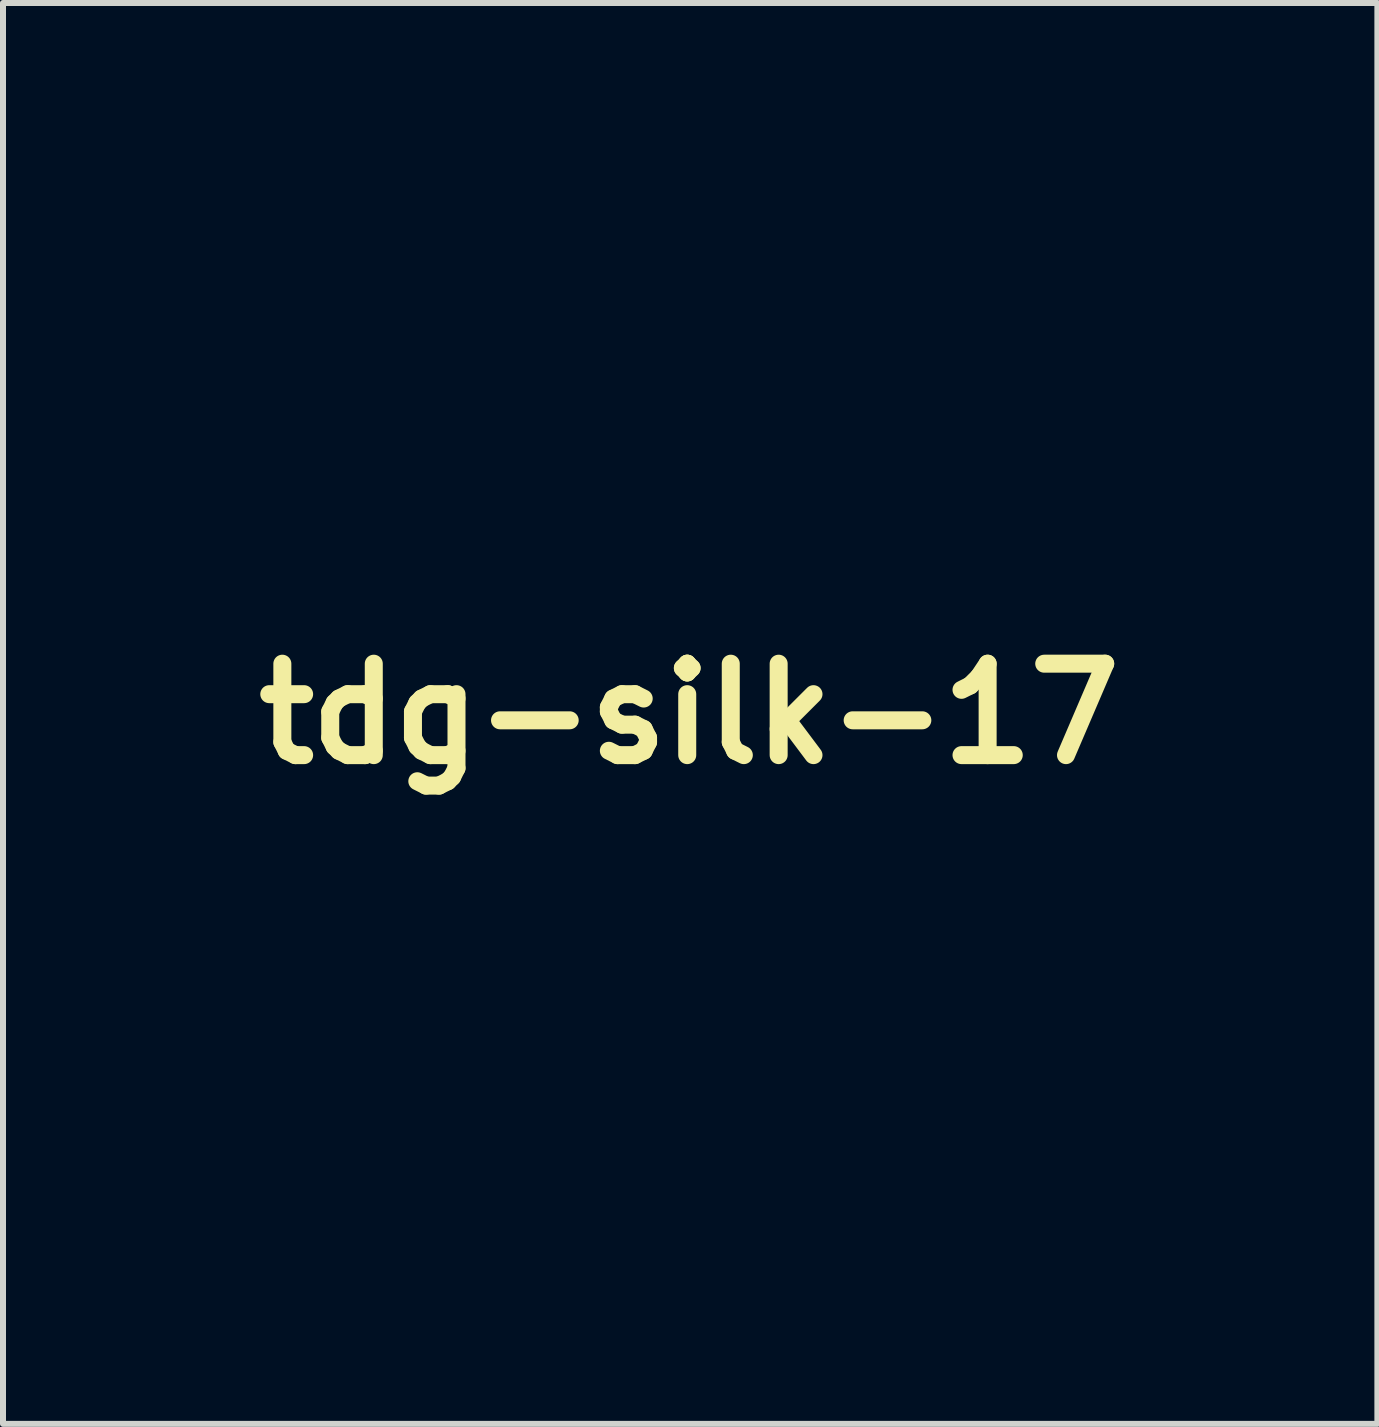
<source format=kicad_pcb>
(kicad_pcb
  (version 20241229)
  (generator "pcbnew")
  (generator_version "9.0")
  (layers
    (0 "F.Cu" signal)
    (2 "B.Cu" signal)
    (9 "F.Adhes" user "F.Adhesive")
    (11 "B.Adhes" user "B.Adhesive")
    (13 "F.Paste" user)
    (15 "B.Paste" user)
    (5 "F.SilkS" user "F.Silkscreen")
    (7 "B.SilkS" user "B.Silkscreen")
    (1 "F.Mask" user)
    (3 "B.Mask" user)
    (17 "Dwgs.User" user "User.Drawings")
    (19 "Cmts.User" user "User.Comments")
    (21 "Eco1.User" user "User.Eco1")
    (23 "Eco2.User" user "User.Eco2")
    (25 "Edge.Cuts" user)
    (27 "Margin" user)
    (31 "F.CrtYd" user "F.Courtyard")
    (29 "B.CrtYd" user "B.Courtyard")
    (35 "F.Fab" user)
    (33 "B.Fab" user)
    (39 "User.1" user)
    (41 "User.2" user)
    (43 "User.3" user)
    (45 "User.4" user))
  (footprint "tdg-silk-17"
    (layer "F.Cu")
    (at 8.442 8.848)
    (property "Reference" "tdg-silk-17" (at 0 0 0) (layer "F.SilkS") (effects (font (size 1.524 1.524) (thickness 0.3))))
    (attr through_hole)
    (fp_poly (pts (xy -5.741 -0.468) (xy -5.62 -0.424) (xy -5.53 -0.335) (xy -5.511 -0.303) (xy -5.488 -0.249) (xy -5.473 -0.181) (xy -5.466 -0.087) (xy -5.465 0.047) (xy -5.466 0.103) (xy -5.474 0.336) (xy -5.489 0.612) (xy -5.512 0.924) (xy -5.541 1.264) (xy -5.576 1.628) (xy -5.616 2.008) (xy -5.659 2.397) (xy -5.706 2.789) (xy -5.755 3.178) (xy -5.806 3.557) (xy -5.857 3.918) (xy -5.909 4.257) (xy -5.959 4.565) (xy -6.008 4.837) (xy -6.054 5.065) (xy -6.097 5.244) (xy -6.176 5.478) (xy -6.274 5.669) (xy -6.389 5.813) (xy -6.517 5.908) (xy -6.556 5.925) (xy -6.684 5.951) (xy -6.831 5.948) (xy -6.971 5.919) (xy -7.013 5.902) (xy -7.122 5.832) (xy -7.244 5.721) (xy -7.367 5.582) (xy -7.481 5.423) (xy -7.527 5.348) (xy -7.662 5.103) (xy -7.803 4.829) (xy -7.943 4.538) (xy -8.076 4.244) (xy -8.196 3.959) (xy -8.298 3.698) (xy -8.368 3.495) (xy -8.411 3.34) (xy -8.421 3.288) (xy -7.506 3.288) (xy -7.498 3.453) (xy -7.467 3.57) (xy -7.423 3.657) (xy -7.361 3.762) (xy -7.287 3.873) (xy -7.21 3.981) (xy -7.137 4.074) (xy -7.075 4.142) (xy -7.033 4.175) (xy -7.026 4.177) (xy -6.995 4.158) (xy -6.964 4.128) (xy -6.925 4.071) (xy -6.895 3.996) (xy -6.874 3.893) (xy -6.859 3.758) (xy -6.851 3.582) (xy -6.848 3.36) (xy -6.848 3.274) (xy -6.851 3.039) (xy -6.857 2.847) (xy -6.869 2.682) (xy -6.886 2.529) (xy -6.909 2.388) (xy -6.934 2.255) (xy -6.958 2.143) (xy -6.98 2.062) (xy -6.995 2.025) (xy -7.018 2.023) (xy -7.05 2.06) (xy -7.093 2.137) (xy -7.149 2.259) (xy -7.221 2.43) (xy -7.25 2.503) (xy -7.306 2.642) (xy -7.363 2.782) (xy -7.413 2.903) (xy -7.433 2.949) (xy -7.484 3.114) (xy -7.506 3.288) (xy -8.421 3.288) (xy -8.435 3.204) (xy -8.437 3.077) (xy -8.415 2.948) (xy -8.367 2.807) (xy -8.291 2.644) (xy -8.185 2.449) (xy -8.147 2.382) (xy -7.933 1.959) (xy -7.757 1.506) (xy -7.626 1.038) (xy -7.542 0.569) (xy -7.536 0.511) (xy -7.51 0.318) (xy -7.478 0.173) (xy -7.437 0.067) (xy -7.384 -0.008) (xy -7.324 -0.056) (xy -7.265 -0.083) (xy -7.161 -0.121) (xy -7.022 -0.167) (xy -6.859 -0.218) (xy -6.681 -0.271) (xy -6.499 -0.323) (xy -6.322 -0.371) (xy -6.16 -0.413) (xy -6.024 -0.446) (xy -5.924 -0.466) (xy -5.897 -0.469) (xy -5.741 -0.468)) (stroke (width 0.01) (type solid)) (fill yes) (layer "F.Mask"))
    (fp_poly (pts (xy -3.759 -8.066) (xy -3.696 -8.058) (xy -3.664 -8.037) (xy -3.651 -7.987) (xy -3.646 -7.923) (xy -3.649 -7.851) (xy -3.664 -7.746) (xy -3.694 -7.603) (xy -3.739 -7.416) (xy -3.801 -7.181) (xy -3.806 -7.161) (xy -3.863 -6.944) (xy -3.924 -6.71) (xy -3.984 -6.477) (xy -4.038 -6.262) (xy -4.082 -6.083) (xy -4.086 -6.068) (xy -4.138 -5.854) (xy -4.182 -5.689) (xy -4.22 -5.566) (xy -4.254 -5.478) (xy -4.288 -5.418) (xy -4.325 -5.379) (xy -4.362 -5.356) (xy -4.418 -5.339) (xy -4.472 -5.347) (xy -4.545 -5.385) (xy -4.663 -5.436) (xy -4.758 -5.439) (xy -4.837 -5.394) (xy -4.847 -5.383) (xy -4.882 -5.341) (xy -4.912 -5.292) (xy -4.938 -5.227) (xy -4.963 -5.139) (xy -4.989 -5.019) (xy -5.019 -4.858) (xy -5.051 -4.674) (xy -5.132 -4.172) (xy -5.196 -3.717) (xy -5.244 -3.301) (xy -5.275 -2.918) (xy -5.29 -2.561) (xy -5.291 -2.223) (xy -5.277 -1.897) (xy -5.276 -1.883) (xy -5.263 -1.664) (xy -5.26 -1.493) (xy -5.266 -1.36) (xy -5.285 -1.259) (xy -5.317 -1.18) (xy -5.363 -1.115) (xy -5.419 -1.062) (xy -5.465 -1.035) (xy -5.556 -0.992) (xy -5.683 -0.934) (xy -5.841 -0.866) (xy -6.022 -0.791) (xy -6.217 -0.71) (xy -6.42 -0.628) (xy -6.623 -0.547) (xy -6.819 -0.47) (xy -7.001 -0.401) (xy -7.16 -0.341) (xy -7.29 -0.295) (xy -7.382 -0.265) (xy -7.431 -0.254) (xy -7.431 -0.254) (xy -7.509 -0.274) (xy -7.564 -0.31) (xy -7.601 -0.359) (xy -7.615 -0.413) (xy -7.604 -0.484) (xy -7.566 -0.583) (xy -7.508 -0.704) (xy -7.35 -1.037) (xy -7.191 -1.411) (xy -7.035 -1.811) (xy -6.889 -2.223) (xy -6.756 -2.631) (xy -6.643 -3.021) (xy -6.593 -3.217) (xy -6.553 -3.387) (xy -6.513 -3.57) (xy -6.475 -3.756) (xy -6.44 -3.937) (xy -6.41 -4.105) (xy -6.386 -4.25) (xy -6.37 -4.364) (xy -6.364 -4.438) (xy -6.366 -4.463) (xy -6.399 -4.485) (xy -6.455 -4.474) (xy -6.541 -4.428) (xy -6.6 -4.389) (xy -6.732 -4.314) (xy -6.843 -4.289) (xy -6.937 -4.313) (xy -7.011 -4.377) (xy -7.053 -4.44) (xy -7.076 -4.513) (xy -7.08 -4.605) (xy -7.065 -4.724) (xy -7.031 -4.881) (xy -6.985 -5.053) (xy -6.921 -5.274) (xy -6.865 -5.454) (xy -6.811 -5.607) (xy -6.755 -5.746) (xy -6.69 -5.887) (xy -6.628 -6.012) (xy -6.52 -6.207) (xy -6.396 -6.389) (xy -6.251 -6.562) (xy -6.081 -6.731) (xy -5.88 -6.901) (xy -5.644 -7.075) (xy -5.368 -7.258) (xy -5.046 -7.455) (xy -4.878 -7.553) (xy -4.608 -7.705) (xy -4.368 -7.832) (xy -4.161 -7.933) (xy -3.989 -8.007) (xy -3.857 -8.052) (xy -3.767 -8.067) (xy -3.759 -8.066)) (stroke (width 0.01) (type solid)) (fill yes) (layer "F.Mask"))
    (fp_poly (pts (xy -1.552 -8.832) (xy -1.367 -8.813) (xy -1.213 -8.778) (xy -1.149 -8.753) (xy -0.97 -8.635) (xy -0.812 -8.47) (xy -0.681 -8.265) (xy -0.58 -8.026) (xy -0.525 -7.818) (xy -0.493 -7.616) (xy -0.471 -7.381) (xy -0.461 -7.11) (xy -0.46 -6.8) (xy -0.471 -6.447) (xy -0.492 -6.049) (xy -0.525 -5.603) (xy -0.568 -5.106) (xy -0.581 -4.967) (xy -0.609 -4.638) (xy -0.633 -4.298) (xy -0.652 -3.958) (xy -0.665 -3.625) (xy -0.672 -3.308) (xy -0.674 -3.017) (xy -0.67 -2.759) (xy -0.659 -2.544) (xy -0.652 -2.456) (xy -0.632 -2.287) (xy -0.606 -2.092) (xy -0.577 -1.9) (xy -0.56 -1.795) (xy -0.526 -1.553) (xy -0.515 -1.353) (xy -0.528 -1.184) (xy -0.565 -1.037) (xy -0.59 -0.972) (xy -0.668 -0.826) (xy -0.761 -0.719) (xy -0.876 -0.645) (xy -1.025 -0.599) (xy -1.214 -0.577) (xy -1.298 -0.573) (xy -1.374 -0.572) (xy -1.446 -0.573) (xy -1.522 -0.577) (xy -1.606 -0.586) (xy -1.707 -0.599) (xy -1.829 -0.619) (xy -1.978 -0.645) (xy -2.162 -0.68) (xy -2.386 -0.723) (xy -2.657 -0.777) (xy -2.792 -0.803) (xy -3.126 -0.871) (xy -3.408 -0.929) (xy -3.639 -0.979) (xy -3.823 -1.021) (xy -3.962 -1.056) (xy -4.06 -1.085) (xy -4.118 -1.108) (xy -4.118 -1.108) (xy -4.213 -1.167) (xy -4.289 -1.237) (xy -4.346 -1.327) (xy -4.386 -1.442) (xy -4.412 -1.589) (xy -4.424 -1.773) (xy -4.426 -2.003) (xy -4.421 -2.201) (xy -4.414 -2.359) (xy -2.945 -2.359) (xy -2.919 -2.156) (xy -2.866 -2.007) (xy -2.784 -1.898) (xy -2.679 -1.829) (xy -2.563 -1.807) (xy -2.446 -1.833) (xy -2.408 -1.854) (xy -2.366 -1.885) (xy -2.333 -1.922) (xy -2.307 -1.97) (xy -2.288 -2.036) (xy -2.275 -2.127) (xy -2.266 -2.249) (xy -2.261 -2.408) (xy -2.259 -2.611) (xy -2.259 -2.857) (xy -2.261 -3.233) (xy -2.269 -3.553) (xy -2.282 -3.82) (xy -2.301 -4.033) (xy -2.324 -4.194) (xy -2.353 -4.303) (xy -2.388 -4.363) (xy -2.416 -4.374) (xy -2.45 -4.348) (xy -2.496 -4.276) (xy -2.549 -4.165) (xy -2.608 -4.024) (xy -2.668 -3.861) (xy -2.727 -3.684) (xy -2.781 -3.502) (xy -2.828 -3.321) (xy -2.848 -3.236) (xy -2.91 -2.9) (xy -2.942 -2.607) (xy -2.945 -2.359) (xy -4.414 -2.359) (xy -4.405 -2.542) (xy -4.378 -2.893) (xy -4.34 -3.259) (xy -4.29 -3.646) (xy -4.227 -4.058) (xy -4.151 -4.5) (xy -4.06 -4.976) (xy -3.954 -5.493) (xy -3.832 -6.054) (xy -3.71 -6.592) (xy -3.635 -6.914) (xy -3.568 -7.187) (xy -3.507 -7.415) (xy -3.449 -7.607) (xy -3.393 -7.766) (xy -3.336 -7.9) (xy -3.276 -8.014) (xy -3.21 -8.114) (xy -3.136 -8.206) (xy -3.053 -8.295) (xy -3.049 -8.3) (xy -2.835 -8.478) (xy -2.578 -8.627) (xy -2.285 -8.742) (xy -2.148 -8.78) (xy -1.958 -8.816) (xy -1.755 -8.833) (xy -1.552 -8.832)) (stroke (width 0.01) (type solid)) (fill yes) (layer "F.Mask"))
    (fp_poly (pts (xy 3.453 0.773) (xy 3.743 0.825) (xy 3.989 0.911) (xy 4.191 1.031) (xy 4.351 1.185) (xy 4.455 1.346) (xy 4.496 1.439) (xy 4.526 1.539) (xy 4.548 1.655) (xy 4.56 1.795) (xy 4.565 1.968) (xy 4.563 2.183) (xy 4.558 2.367) (xy 4.552 2.599) (xy 4.552 2.798) (xy 4.561 2.976) (xy 4.58 3.14) (xy 4.612 3.3) (xy 4.659 3.464) (xy 4.723 3.643) (xy 4.807 3.845) (xy 4.912 4.079) (xy 5.038 4.346) (xy 5.181 4.657) (xy 5.296 4.926) (xy 5.385 5.163) (xy 5.451 5.374) (xy 5.496 5.568) (xy 5.521 5.75) (xy 5.528 5.929) (xy 5.525 6.052) (xy 5.49 6.322) (xy 5.415 6.563) (xy 5.295 6.787) (xy 5.125 7.001) (xy 5.034 7.095) (xy 4.962 7.162) (xy 4.882 7.229) (xy 4.789 7.3) (xy 4.677 7.379) (xy 4.541 7.468) (xy 4.376 7.571) (xy 4.177 7.692) (xy 3.938 7.834) (xy 3.702 7.973) (xy 3.487 8.098) (xy 3.314 8.196) (xy 3.178 8.271) (xy 3.072 8.326) (xy 2.99 8.364) (xy 2.927 8.387) (xy 2.877 8.398) (xy 2.855 8.401) (xy 2.738 8.397) (xy 2.651 8.37) (xy 2.575 8.298) (xy 2.517 8.183) (xy 2.483 8.037) (xy 2.476 7.959) (xy 2.476 7.877) (xy 2.481 7.752) (xy 2.49 7.599) (xy 2.502 7.432) (xy 2.509 7.338) (xy 2.526 7.101) (xy 2.537 6.859) (xy 2.541 6.607) (xy 2.538 6.339) (xy 2.529 6.051) (xy 2.512 5.736) (xy 2.488 5.391) (xy 2.484 5.34) (xy 3.319 5.34) (xy 3.321 5.526) (xy 3.351 5.671) (xy 3.409 5.78) (xy 3.497 5.857) (xy 3.505 5.862) (xy 3.603 5.891) (xy 3.723 5.887) (xy 3.845 5.853) (xy 3.936 5.802) (xy 4.053 5.678) (xy 4.138 5.516) (xy 4.187 5.323) (xy 4.199 5.108) (xy 4.172 4.88) (xy 4.166 4.851) (xy 4.105 4.634) (xy 4.02 4.405) (xy 3.92 4.189) (xy 3.829 4.028) (xy 3.75 3.923) (xy 3.678 3.87) (xy 3.607 3.87) (xy 3.53 3.92) (xy 3.501 3.95) (xy 3.456 4.007) (xy 3.425 4.076) (xy 3.404 4.166) (xy 3.392 4.288) (xy 3.387 4.452) (xy 3.386 4.53) (xy 3.381 4.69) (xy 3.369 4.875) (xy 3.35 5.051) (xy 3.343 5.108) (xy 3.319 5.34) (xy 2.484 5.34) (xy 2.456 5.009) (xy 2.416 4.585) (xy 2.368 4.115) (xy 2.327 3.739) (xy 2.3 3.492) (xy 2.275 3.237) (xy 2.251 2.988) (xy 2.231 2.756) (xy 2.215 2.553) (xy 2.204 2.392) (xy 2.202 2.366) (xy 2.19 2.167) (xy 2.176 2.012) (xy 2.159 1.887) (xy 2.136 1.778) (xy 2.106 1.672) (xy 2.104 1.666) (xy 2.051 1.448) (xy 2.038 1.259) (xy 2.064 1.102) (xy 2.128 0.98) (xy 2.231 0.897) (xy 2.241 0.892) (xy 2.437 0.823) (xy 2.683 0.777) (xy 2.975 0.756) (xy 3.119 0.754) (xy 3.453 0.773)) (stroke (width 0.01) (type solid)) (fill yes) (layer "F.Mask"))
    (fp_poly (pts (xy -0.34 -0.177) (xy -0.118 -0.143) (xy -0.042 -0.128) (xy 0.175 -0.063) (xy 0.405 0.038) (xy 0.638 0.167) (xy 0.865 0.318) (xy 1.075 0.483) (xy 1.258 0.656) (xy 1.406 0.829) (xy 1.502 0.982) (xy 1.556 1.119) (xy 1.584 1.265) (xy 1.587 1.432) (xy 1.565 1.627) (xy 1.518 1.863) (xy 1.515 1.877) (xy 1.459 2.138) (xy 1.42 2.371) (xy 1.396 2.595) (xy 1.387 2.831) (xy 1.389 3.098) (xy 1.391 3.175) (xy 1.401 3.393) (xy 1.417 3.602) (xy 1.44 3.811) (xy 1.471 4.025) (xy 1.511 4.252) (xy 1.563 4.499) (xy 1.628 4.774) (xy 1.706 5.083) (xy 1.799 5.433) (xy 1.876 5.715) (xy 1.975 6.074) (xy 2.058 6.383) (xy 2.126 6.648) (xy 2.18 6.874) (xy 2.223 7.066) (xy 2.254 7.228) (xy 2.276 7.364) (xy 2.283 7.418) (xy 2.296 7.706) (xy 2.267 7.957) (xy 2.195 8.172) (xy 2.08 8.35) (xy 1.922 8.495) (xy 1.719 8.605) (xy 1.483 8.679) (xy 1.405 8.692) (xy 1.28 8.708) (xy 1.117 8.725) (xy 0.926 8.743) (xy 0.717 8.762) (xy 0.498 8.779) (xy 0.279 8.795) (xy 0.069 8.809) (xy -0.121 8.821) (xy -0.284 8.828) (xy -0.409 8.831) (xy -0.437 8.831) (xy -0.561 8.824) (xy -0.683 8.808) (xy -0.763 8.79) (xy -0.888 8.739) (xy -0.999 8.663) (xy -1.099 8.559) (xy -1.188 8.422) (xy -1.268 8.25) (xy -1.342 8.038) (xy -1.412 7.782) (xy -1.478 7.477) (xy -1.543 7.121) (xy -1.552 7.07) (xy -1.612 6.695) (xy -1.658 6.359) (xy -1.673 6.217) (xy -0.363 6.217) (xy -0.354 6.359) (xy -0.324 6.465) (xy -0.273 6.54) (xy -0.218 6.58) (xy -0.148 6.607) (xy -0.042 6.636) (xy 0.079 6.661) (xy 0.196 6.68) (xy 0.272 6.686) (xy 0.353 6.671) (xy 0.432 6.615) (xy 0.448 6.598) (xy 0.542 6.481) (xy 0.61 6.344) (xy 0.653 6.181) (xy 0.672 5.984) (xy 0.669 5.747) (xy 0.65 5.515) (xy 0.629 5.332) (xy 0.604 5.144) (xy 0.576 4.963) (xy 0.547 4.797) (xy 0.518 4.658) (xy 0.493 4.555) (xy 0.474 4.505) (xy 0.441 4.459) (xy 0.379 4.385) (xy 0.298 4.297) (xy 0.252 4.247) (xy 0.145 4.128) (xy 0.058 4.01) (xy 0.001 3.912) (xy -0.000237 3.909) (xy -0.061 3.768) (xy -0.115 3.834) (xy -0.155 3.912) (xy -0.17 3.99) (xy -0.172 4.07) (xy -0.18 4.197) (xy -0.191 4.36) (xy -0.206 4.549) (xy -0.223 4.756) (xy -0.241 4.969) (xy -0.259 5.179) (xy -0.278 5.377) (xy -0.295 5.552) (xy -0.311 5.694) (xy -0.323 5.794) (xy -0.324 5.8) (xy -0.353 6.032) (xy -0.363 6.217) (xy -1.673 6.217) (xy -1.693 6.043) (xy -1.718 5.732) (xy -1.734 5.409) (xy -1.741 5.221) (xy -1.745 5.022) (xy -1.746 4.846) (xy -1.742 4.683) (xy -1.731 4.525) (xy -1.714 4.364) (xy -1.688 4.189) (xy -1.654 3.994) (xy -1.608 3.769) (xy -1.552 3.504) (xy -1.495 3.246) (xy -1.422 2.913) (xy -1.365 2.628) (xy -1.323 2.386) (xy -1.295 2.18) (xy -1.281 2.005) (xy -1.281 1.854) (xy -1.294 1.721) (xy -1.321 1.601) (xy -1.36 1.488) (xy -1.382 1.435) (xy -1.425 1.301) (xy -1.436 1.146) (xy -1.417 0.966) (xy -1.365 0.756) (xy -1.28 0.51) (xy -1.182 0.271) (xy -1.112 0.12) (xy -1.051 0.011) (xy -0.989 -0.064) (xy -0.918 -0.117) (xy -0.829 -0.158) (xy -0.828 -0.159) (xy -0.705 -0.186) (xy -0.539 -0.192) (xy -0.34 -0.177)) (stroke (width 0.01) (type solid)) (fill yes) (layer "F.Mask"))
    (fp_poly (pts (xy 3.901 -7.726) (xy 4.1 -7.653) (xy 4.167 -7.623) (xy 4.659 -7.357) (xy 5.139 -7.041) (xy 5.598 -6.679) (xy 5.998 -6.309) (xy 6.237 -6.061) (xy 6.432 -5.841) (xy 6.584 -5.643) (xy 6.698 -5.465) (xy 6.775 -5.302) (xy 6.818 -5.15) (xy 6.83 -5.021) (xy 6.821 -4.895) (xy 6.788 -4.809) (xy 6.726 -4.749) (xy 6.689 -4.728) (xy 6.607 -4.696) (xy 6.518 -4.689) (xy 6.412 -4.709) (xy 6.279 -4.756) (xy 6.145 -4.816) (xy 6.017 -4.874) (xy 5.925 -4.911) (xy 5.854 -4.93) (xy 5.79 -4.935) (xy 5.718 -4.931) (xy 5.712 -4.93) (xy 5.542 -4.893) (xy 5.398 -4.824) (xy 5.289 -4.729) (xy 5.22 -4.613) (xy 5.2 -4.485) (xy 5.201 -4.464) (xy 5.229 -4.345) (xy 5.283 -4.211) (xy 5.356 -4.075) (xy 5.441 -3.946) (xy 5.531 -3.834) (xy 5.62 -3.75) (xy 5.699 -3.703) (xy 5.732 -3.697) (xy 5.797 -3.709) (xy 5.873 -3.748) (xy 5.97 -3.82) (xy 6.047 -3.886) (xy 6.154 -3.96) (xy 6.255 -3.983) (xy 6.355 -3.952) (xy 6.463 -3.868) (xy 6.473 -3.858) (xy 6.577 -3.732) (xy 6.671 -3.576) (xy 6.752 -3.403) (xy 6.815 -3.223) (xy 6.857 -3.049) (xy 6.873 -2.893) (xy 6.86 -2.765) (xy 6.849 -2.732) (xy 6.81 -2.664) (xy 6.753 -2.623) (xy 6.672 -2.608) (xy 6.556 -2.618) (xy 6.397 -2.65) (xy 6.393 -2.651) (xy 6.237 -2.686) (xy 6.126 -2.704) (xy 6.046 -2.705) (xy 5.988 -2.687) (xy 5.941 -2.652) (xy 5.917 -2.625) (xy 5.872 -2.548) (xy 5.829 -2.434) (xy 5.791 -2.3) (xy 5.766 -2.166) (xy 5.757 -2.06) (xy 5.782 -1.924) (xy 5.855 -1.815) (xy 5.974 -1.735) (xy 6.135 -1.685) (xy 6.252 -1.671) (xy 6.498 -1.683) (xy 6.733 -1.745) (xy 6.951 -1.853) (xy 7.146 -2.002) (xy 7.31 -2.187) (xy 7.438 -2.402) (xy 7.523 -2.642) (xy 7.535 -2.695) (xy 7.578 -2.852) (xy 7.635 -2.956) (xy 7.708 -3.007) (xy 7.798 -3.008) (xy 7.87 -2.979) (xy 7.918 -2.95) (xy 7.957 -2.912) (xy 7.992 -2.856) (xy 8.025 -2.777) (xy 8.06 -2.665) (xy 8.099 -2.514) (xy 8.146 -2.316) (xy 8.154 -2.282) (xy 8.214 -2.01) (xy 8.259 -1.777) (xy 8.291 -1.571) (xy 8.312 -1.377) (xy 8.322 -1.182) (xy 8.326 -0.98) (xy 8.323 -0.816) (xy 8.313 -0.684) (xy 8.289 -0.579) (xy 8.246 -0.494) (xy 8.176 -0.422) (xy 8.075 -0.357) (xy 7.937 -0.293) (xy 7.755 -0.223) (xy 7.578 -0.16) (xy 7.443 -0.113) (xy 7.268 -0.055) (xy 7.066 0.012) (xy 6.848 0.082) (xy 6.63 0.152) (xy 6.519 0.187) (xy 6.255 0.268) (xy 6.036 0.33) (xy 5.858 0.375) (xy 5.712 0.404) (xy 5.593 0.417) (xy 5.495 0.416) (xy 5.409 0.402) (xy 5.352 0.384) (xy 5.183 0.292) (xy 5.044 0.153) (xy 4.936 -0.026) (xy 4.864 -0.243) (xy 4.858 -0.275) (xy 4.846 -0.364) (xy 4.836 -0.493) (xy 4.829 -0.645) (xy 4.826 -0.803) (xy 4.826 -0.816) (xy 4.81 -1.369) (xy 4.764 -1.935) (xy 4.691 -2.503) (xy 4.591 -3.062) (xy 4.467 -3.601) (xy 4.321 -4.109) (xy 4.155 -4.575) (xy 4.139 -4.614) (xy 4.045 -4.857) (xy 3.972 -5.069) (xy 3.915 -5.271) (xy 3.868 -5.48) (xy 3.84 -5.63) (xy 3.755 -6.074) (xy 3.66 -6.487) (xy 3.557 -6.86) (xy 3.527 -6.957) (xy 3.47 -7.141) (xy 3.431 -7.28) (xy 3.407 -7.386) (xy 3.398 -7.465) (xy 3.403 -7.529) (xy 3.419 -7.586) (xy 3.425 -7.6) (xy 3.491 -7.694) (xy 3.594 -7.747) (xy 3.731 -7.757) (xy 3.901 -7.726)) (stroke (width 0.01) (type solid)) (fill yes) (layer "F.Mask"))
    (fp_poly (pts (xy 8.358 -0.101) (xy 8.412 -0.056) (xy 8.446 0.03) (xy 8.462 0.161) (xy 8.462 0.339) (xy 8.447 0.569) (xy 8.438 0.663) (xy 8.403 0.957) (xy 8.355 1.223) (xy 8.289 1.476) (xy 8.202 1.733) (xy 8.088 2.008) (xy 7.984 2.233) (xy 7.892 2.431) (xy 7.825 2.589) (xy 7.784 2.717) (xy 7.766 2.826) (xy 7.77 2.927) (xy 7.795 3.028) (xy 7.839 3.14) (xy 7.863 3.193) (xy 7.919 3.318) (xy 7.952 3.415) (xy 7.968 3.505) (xy 7.973 3.608) (xy 7.973 3.615) (xy 7.969 3.694) (xy 7.957 3.771) (xy 7.934 3.853) (xy 7.896 3.944) (xy 7.841 4.049) (xy 7.765 4.175) (xy 7.666 4.326) (xy 7.541 4.507) (xy 7.387 4.725) (xy 7.259 4.902) (xy 7.119 5.097) (xy 6.979 5.293) (xy 6.845 5.483) (xy 6.724 5.657) (xy 6.623 5.805) (xy 6.547 5.918) (xy 6.537 5.932) (xy 6.425 6.1) (xy 6.334 6.225) (xy 6.257 6.314) (xy 6.189 6.372) (xy 6.123 6.406) (xy 6.052 6.422) (xy 6.035 6.423) (xy 5.943 6.424) (xy 5.866 6.413) (xy 5.851 6.408) (xy 5.797 6.376) (xy 5.758 6.329) (xy 5.73 6.257) (xy 5.71 6.152) (xy 5.697 6.004) (xy 5.691 5.884) (xy 5.681 5.711) (xy 5.667 5.568) (xy 5.644 5.441) (xy 5.609 5.314) (xy 5.558 5.175) (xy 5.487 5.007) (xy 5.438 4.897) (xy 5.332 4.651) (xy 5.254 4.453) (xy 5.203 4.301) (xy 5.181 4.197) (xy 5.188 4.141) (xy 5.19 4.139) (xy 5.212 4.127) (xy 5.256 4.129) (xy 5.329 4.146) (xy 5.439 4.178) (xy 5.592 4.229) (xy 5.621 4.239) (xy 5.808 4.304) (xy 5.946 4.358) (xy 6.041 4.405) (xy 6.096 4.45) (xy 6.118 4.497) (xy 6.112 4.552) (xy 6.081 4.62) (xy 6.063 4.654) (xy 6.001 4.761) (xy 6.07 4.898) (xy 6.132 5.005) (xy 6.186 5.062) (xy 6.24 5.07) (xy 6.295 5.036) (xy 6.388 4.92) (xy 6.443 4.784) (xy 6.458 4.641) (xy 6.428 4.508) (xy 6.407 4.466) (xy 6.351 4.393) (xy 6.274 4.331) (xy 6.168 4.274) (xy 6.022 4.218) (xy 5.898 4.177) (xy 5.661 4.09) (xy 5.47 3.988) (xy 5.318 3.864) (xy 5.196 3.712) (xy 5.126 3.59) (xy 5.078 3.491) (xy 5.037 3.393) (xy 5 3.289) (xy 4.968 3.173) (xy 4.937 3.037) (xy 4.908 2.876) (xy 4.878 2.684) (xy 4.846 2.452) (xy 4.811 2.176) (xy 4.783 1.948) (xy 4.75 1.665) (xy 4.726 1.433) (xy 4.709 1.243) (xy 4.7 1.091) (xy 4.699 0.971) (xy 4.706 0.875) (xy 4.72 0.799) (xy 4.742 0.735) (xy 4.757 0.702) (xy 4.8 0.642) (xy 4.841 0.61) (xy 4.923 0.596) (xy 5.048 0.598) (xy 5.205 0.614) (xy 5.32 0.632) (xy 5.445 0.651) (xy 5.543 0.652) (xy 5.641 0.637) (xy 5.673 0.63) (xy 5.879 0.581) (xy 6.038 0.548) (xy 6.156 0.532) (xy 6.242 0.532) (xy 6.301 0.55) (xy 6.341 0.585) (xy 6.369 0.637) (xy 6.378 0.662) (xy 6.392 0.722) (xy 6.395 0.795) (xy 6.387 0.889) (xy 6.366 1.012) (xy 6.33 1.176) (xy 6.302 1.298) (xy 6.27 1.438) (xy 6.251 1.556) (xy 6.241 1.67) (xy 6.239 1.803) (xy 6.243 1.947) (xy 6.255 2.146) (xy 6.275 2.299) (xy 6.307 2.418) (xy 6.353 2.513) (xy 6.415 2.592) (xy 6.515 2.671) (xy 6.621 2.696) (xy 6.706 2.68) (xy 6.782 2.644) (xy 6.848 2.585) (xy 6.909 2.495) (xy 6.97 2.368) (xy 7.035 2.196) (xy 7.06 2.123) (xy 7.11 1.966) (xy 7.144 1.845) (xy 7.165 1.744) (xy 7.176 1.645) (xy 7.18 1.532) (xy 7.181 1.496) (xy 7.173 1.302) (xy 7.141 1.146) (xy 7.08 1.013) (xy 6.982 0.885) (xy 6.885 0.788) (xy 6.781 0.679) (xy 6.726 0.588) (xy 6.721 0.51) (xy 6.768 0.444) (xy 6.867 0.385) (xy 7.021 0.331) (xy 7.091 0.312) (xy 7.408 0.224) (xy 7.671 0.142) (xy 7.882 0.065) (xy 8.041 -0.008) (xy 8.058 -0.017) (xy 8.182 -0.078) (xy 8.282 -0.107) (xy 8.358 -0.101)) (stroke (width 0.01) (type solid)) (fill yes) (layer "F.Mask"))
    (fp_poly (pts (xy -4.266 -0.846) (xy -4.17 -0.828) (xy -4.035 -0.798) (xy -3.877 -0.762) (xy -3.711 -0.721) (xy -3.655 -0.706) (xy -3.461 -0.657) (xy -3.299 -0.617) (xy -3.155 -0.586) (xy -3.014 -0.559) (xy -2.862 -0.535) (xy -2.684 -0.511) (xy -2.467 -0.484) (xy -2.427 -0.479) (xy -2.263 -0.458) (xy -2.112 -0.436) (xy -1.985 -0.416) (xy -1.895 -0.399) (xy -1.863 -0.391) (xy -1.709 -0.316) (xy -1.587 -0.203) (xy -1.505 -0.062) (xy -1.47 0.098) (xy -1.47 0.127) (xy -1.478 0.2) (xy -1.5 0.311) (xy -1.533 0.442) (xy -1.564 0.55) (xy -1.646 0.825) (xy -1.713 1.054) (xy -1.769 1.245) (xy -1.814 1.407) (xy -1.851 1.547) (xy -1.883 1.675) (xy -1.911 1.798) (xy -1.937 1.923) (xy -1.948 1.976) (xy -1.99 2.191) (xy -2.025 2.394) (xy -2.053 2.591) (xy -2.076 2.791) (xy -2.094 3) (xy -2.108 3.227) (xy -2.118 3.48) (xy -2.124 3.765) (xy -2.127 4.092) (xy -2.128 4.467) (xy -2.128 4.473) (xy -2.127 4.868) (xy -2.124 5.214) (xy -2.118 5.521) (xy -2.109 5.796) (xy -2.098 6.048) (xy -2.083 6.285) (xy -2.079 6.35) (xy -2.058 6.63) (xy -2.04 6.86) (xy -2.025 7.047) (xy -2.01 7.199) (xy -1.995 7.321) (xy -1.978 7.422) (xy -1.959 7.507) (xy -1.936 7.583) (xy -1.909 7.658) (xy -1.875 7.738) (xy -1.835 7.829) (xy -1.831 7.837) (xy -1.741 8.059) (xy -1.686 8.24) (xy -1.667 8.384) (xy -1.684 8.496) (xy -1.738 8.58) (xy -1.828 8.638) (xy -1.885 8.659) (xy -2.031 8.686) (xy -2.206 8.685) (xy -2.418 8.656) (xy -2.512 8.637) (xy -2.68 8.597) (xy -2.869 8.546) (xy -3.064 8.489) (xy -3.251 8.429) (xy -3.417 8.372) (xy -3.546 8.321) (xy -3.578 8.306) (xy -3.767 8.195) (xy -3.907 8.062) (xy -3.998 7.917) (xy -4.04 7.803) (xy -4.059 7.683) (xy -4.057 7.544) (xy -4.031 7.374) (xy -3.993 7.202) (xy -3.943 6.949) (xy -3.925 6.742) (xy -3.94 6.58) (xy -3.961 6.51) (xy -4.027 6.407) (xy -4.124 6.317) (xy -4.232 6.259) (xy -4.259 6.252) (xy -4.356 6.254) (xy -4.455 6.293) (xy -4.53 6.356) (xy -4.543 6.377) (xy -4.57 6.476) (xy -4.568 6.612) (xy -4.539 6.774) (xy -4.487 6.943) (xy -4.423 7.159) (xy -4.403 7.339) (xy -4.426 7.485) (xy -4.493 7.594) (xy -4.589 7.662) (xy -4.71 7.696) (xy -4.852 7.691) (xy -5.022 7.646) (xy -5.218 7.563) (xy -5.407 7.464) (xy -5.581 7.356) (xy -5.751 7.228) (xy -5.929 7.072) (xy -6.128 6.879) (xy -6.131 6.875) (xy -6.282 6.719) (xy -6.392 6.593) (xy -6.465 6.49) (xy -6.502 6.403) (xy -6.505 6.325) (xy -6.478 6.247) (xy -6.423 6.164) (xy -6.377 6.109) (xy -6.317 6.036) (xy -6.264 5.962) (xy -6.214 5.879) (xy -6.166 5.785) (xy -6.118 5.673) (xy -6.069 5.538) (xy -6.018 5.377) (xy -5.961 5.183) (xy -5.907 4.983) (xy -4.285 4.983) (xy -4.276 5.424) (xy -4.196 5.492) (xy -4.106 5.548) (xy -4.026 5.551) (xy -3.949 5.499) (xy -3.94 5.49) (xy -3.899 5.437) (xy -3.866 5.369) (xy -3.837 5.278) (xy -3.811 5.154) (xy -3.784 4.989) (xy -3.765 4.854) (xy -3.747 4.684) (xy -3.733 4.488) (xy -3.723 4.274) (xy -3.718 4.05) (xy -3.716 3.826) (xy -3.718 3.609) (xy -3.725 3.408) (xy -3.735 3.231) (xy -3.748 3.087) (xy -3.766 2.983) (xy -3.783 2.933) (xy -3.808 2.909) (xy -3.847 2.916) (xy -3.886 2.936) (xy -3.962 2.992) (xy -4.023 3.071) (xy -4.073 3.184) (xy -4.117 3.337) (xy -4.146 3.478) (xy -4.234 4.033) (xy -4.279 4.561) (xy -4.285 4.983) (xy -5.907 4.983) (xy -5.898 4.953) (xy -5.827 4.68) (xy -5.746 4.36) (xy -5.689 4.131) (xy -5.586 3.711) (xy -5.497 3.339) (xy -5.42 3.007) (xy -5.356 2.708) (xy -5.303 2.434) (xy -5.259 2.18) (xy -5.224 1.937) (xy -5.196 1.698) (xy -5.175 1.457) (xy -5.159 1.207) (xy -5.146 0.939) (xy -5.137 0.649) (xy -5.13 0.404) (xy -5.123 0.208) (xy -5.116 0.053) (xy -5.108 -0.068) (xy -5.099 -0.163) (xy -5.087 -0.24) (xy -5.073 -0.306) (xy -5.055 -0.368) (xy -5.051 -0.381) (xy -4.969 -0.571) (xy -4.859 -0.712) (xy -4.718 -0.806) (xy -4.546 -0.854) (xy -4.342 -0.855) (xy -4.266 -0.846)) (stroke (width 0.01) (type solid)) (fill yes) (layer "F.Mask"))
    (fp_poly (pts (xy 0.726 -8.815) (xy 0.919 -8.736) (xy 1.086 -8.609) (xy 1.223 -8.434) (xy 1.23 -8.422) (xy 1.291 -8.305) (xy 1.346 -8.169) (xy 1.394 -8.009) (xy 1.439 -7.819) (xy 1.48 -7.594) (xy 1.519 -7.329) (xy 1.557 -7.019) (xy 1.594 -6.675) (xy 1.626 -6.362) (xy 1.655 -6.098) (xy 1.682 -5.875) (xy 1.711 -5.685) (xy 1.741 -5.521) (xy 1.776 -5.376) (xy 1.816 -5.241) (xy 1.863 -5.108) (xy 1.919 -4.971) (xy 1.985 -4.822) (xy 2.018 -4.751) (xy 2.093 -4.599) (xy 2.178 -4.439) (xy 2.269 -4.277) (xy 2.362 -4.122) (xy 2.452 -3.979) (xy 2.534 -3.856) (xy 2.605 -3.759) (xy 2.66 -3.697) (xy 2.694 -3.676) (xy 2.699 -3.678) (xy 2.704 -3.714) (xy 2.698 -3.796) (xy 2.683 -3.912) (xy 2.661 -4.053) (xy 2.632 -4.209) (xy 2.599 -4.368) (xy 2.568 -4.501) (xy 2.535 -4.631) (xy 2.488 -4.801) (xy 2.431 -4.997) (xy 2.369 -5.206) (xy 2.305 -5.414) (xy 2.286 -5.475) (xy 2.181 -5.812) (xy 2.093 -6.102) (xy 2.023 -6.355) (xy 1.966 -6.577) (xy 1.924 -6.774) (xy 1.892 -6.956) (xy 1.871 -7.129) (xy 1.859 -7.3) (xy 1.853 -7.477) (xy 1.853 -7.549) (xy 1.859 -7.812) (xy 1.878 -8.023) (xy 1.912 -8.188) (xy 1.963 -8.31) (xy 2.032 -8.394) (xy 2.121 -8.443) (xy 2.178 -8.457) (xy 2.315 -8.451) (xy 2.447 -8.392) (xy 2.57 -8.281) (xy 2.684 -8.12) (xy 2.787 -7.912) (xy 2.877 -7.66) (xy 2.946 -7.394) (xy 2.961 -7.324) (xy 2.973 -7.258) (xy 2.983 -7.188) (xy 2.99 -7.109) (xy 2.995 -7.013) (xy 2.999 -6.896) (xy 3 -6.749) (xy 3.001 -6.567) (xy 3 -6.343) (xy 2.998 -6.071) (xy 2.998 -5.987) (xy 2.996 -5.665) (xy 2.996 -5.392) (xy 2.998 -5.163) (xy 3.002 -4.969) (xy 3.01 -4.805) (xy 3.021 -4.663) (xy 3.035 -4.536) (xy 3.055 -4.418) (xy 3.078 -4.302) (xy 3.107 -4.181) (xy 3.12 -4.132) (xy 3.161 -3.987) (xy 3.21 -3.835) (xy 3.27 -3.672) (xy 3.344 -3.489) (xy 3.434 -3.28) (xy 3.544 -3.04) (xy 3.675 -2.761) (xy 3.781 -2.541) (xy 3.925 -2.239) (xy 4.045 -1.98) (xy 4.145 -1.755) (xy 4.226 -1.559) (xy 4.293 -1.382) (xy 4.347 -1.219) (xy 4.393 -1.061) (xy 4.4 -1.035) (xy 4.458 -0.77) (xy 4.495 -0.513) (xy 4.509 -0.273) (xy 4.501 -0.061) (xy 4.47 0.115) (xy 4.446 0.185) (xy 4.397 0.284) (xy 4.338 0.361) (xy 4.263 0.42) (xy 4.163 0.461) (xy 4.033 0.488) (xy 3.867 0.501) (xy 3.656 0.504) (xy 3.445 0.5) (xy 3.207 0.491) (xy 3.017 0.478) (xy 2.867 0.458) (xy 2.748 0.431) (xy 2.654 0.394) (xy 2.574 0.345) (xy 2.527 0.308) (xy 2.469 0.249) (xy 2.427 0.183) (xy 2.398 0.099) (xy 2.379 -0.015) (xy 2.366 -0.168) (xy 2.361 -0.254) (xy 2.348 -0.416) (xy 2.323 -0.625) (xy 2.288 -0.87) (xy 2.245 -1.144) (xy 2.195 -1.438) (xy 2.14 -1.744) (xy 2.082 -2.051) (xy 2.022 -2.352) (xy 1.961 -2.638) (xy 1.902 -2.899) (xy 1.847 -3.128) (xy 1.796 -3.316) (xy 1.774 -3.387) (xy 1.73 -3.505) (xy 1.675 -3.632) (xy 1.614 -3.758) (xy 1.551 -3.873) (xy 1.493 -3.969) (xy 1.444 -4.035) (xy 1.409 -4.063) (xy 1.399 -4.061) (xy 1.396 -4.028) (xy 1.4 -3.947) (xy 1.409 -3.828) (xy 1.423 -3.68) (xy 1.441 -3.509) (xy 1.462 -3.327) (xy 1.485 -3.14) (xy 1.509 -2.959) (xy 1.532 -2.791) (xy 1.54 -2.738) (xy 1.574 -2.532) (xy 1.609 -2.327) (xy 1.65 -2.113) (xy 1.697 -1.88) (xy 1.753 -1.619) (xy 1.819 -1.32) (xy 1.875 -1.072) (xy 1.957 -0.692) (xy 2.02 -0.357) (xy 2.063 -0.07) (xy 2.086 0.168) (xy 2.089 0.356) (xy 2.073 0.493) (xy 2.07 0.502) (xy 2.024 0.575) (xy 1.938 0.623) (xy 1.826 0.645) (xy 1.7 0.637) (xy 1.572 0.599) (xy 1.566 0.596) (xy 1.504 0.561) (xy 1.408 0.499) (xy 1.29 0.417) (xy 1.16 0.323) (xy 1.101 0.279) (xy 0.947 0.167) (xy 0.777 0.049) (xy 0.61 -0.062) (xy 0.464 -0.152) (xy 0.443 -0.165) (xy 0.265 -0.272) (xy 0.131 -0.362) (xy 0.034 -0.439) (xy -0.031 -0.51) (xy -0.073 -0.581) (xy -0.089 -0.624) (xy -0.099 -0.693) (xy -0.104 -0.813) (xy -0.105 -0.981) (xy -0.102 -1.193) (xy -0.094 -1.443) (xy -0.083 -1.728) (xy -0.068 -2.042) (xy -0.049 -2.383) (xy -0.027 -2.746) (xy -0.001 -3.125) (xy 0.027 -3.518) (xy 0.028 -3.528) (xy 0.068 -4.086) (xy 0.101 -4.594) (xy 0.127 -5.057) (xy 0.145 -5.48) (xy 0.156 -5.868) (xy 0.16 -6.228) (xy 0.156 -6.563) (xy 0.146 -6.881) (xy 0.128 -7.185) (xy 0.103 -7.482) (xy 0.071 -7.777) (xy 0.068 -7.803) (xy 0.042 -8.081) (xy 0.037 -8.31) (xy 0.055 -8.493) (xy 0.097 -8.633) (xy 0.166 -8.735) (xy 0.262 -8.801) (xy 0.387 -8.836) (xy 0.509 -8.843) (xy 0.726 -8.815)) (stroke (width 0.01) (type solid)) (fill yes) (layer "F.Mask")))
  (gr_rect
    (start -3 -3)
    (end 19.91 20.685)
    (stroke (width 0.1) (type default))
    (fill no)
    (layer "Edge.Cuts")))
</source>
